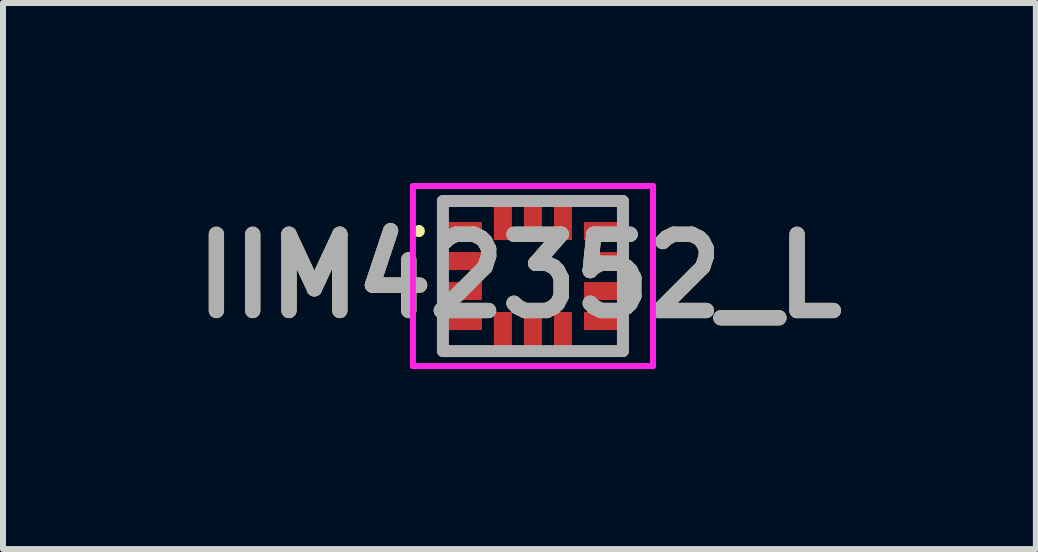
<source format=kicad_pcb>
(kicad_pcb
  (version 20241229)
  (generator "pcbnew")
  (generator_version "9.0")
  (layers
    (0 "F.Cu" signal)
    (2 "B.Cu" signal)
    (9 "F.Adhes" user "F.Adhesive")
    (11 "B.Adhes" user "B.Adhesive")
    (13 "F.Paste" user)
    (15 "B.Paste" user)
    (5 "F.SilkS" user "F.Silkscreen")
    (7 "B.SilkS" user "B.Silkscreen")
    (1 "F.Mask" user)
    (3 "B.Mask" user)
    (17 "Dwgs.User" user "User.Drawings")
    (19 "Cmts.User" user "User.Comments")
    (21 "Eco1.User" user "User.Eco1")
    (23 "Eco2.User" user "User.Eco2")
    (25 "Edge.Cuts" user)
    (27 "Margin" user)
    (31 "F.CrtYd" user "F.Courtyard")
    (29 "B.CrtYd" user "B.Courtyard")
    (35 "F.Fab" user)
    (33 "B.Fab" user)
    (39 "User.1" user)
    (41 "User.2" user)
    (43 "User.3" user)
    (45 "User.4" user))
  (footprint "IIM42352_L"
    (layer "F.Cu")
    (at 5.831 1.55)
    (property "Reference" "IIM42352_L" (at -0.225 0 0) (layer "F.SilkS") (effects (font (size 1.27 1.27) (thickness 0.254))))
    (attr smd)
    (fp_line (start -1.9 -0.8) (end -1.9 -0.8) (stroke (width 0.1) (type solid)) (layer "F.SilkS"))
    (fp_line (start -1.9 -0.7) (end -1.9 -0.7) (stroke (width 0.1) (type solid)) (layer "F.SilkS"))
    (fp_line (start -1.5 -1.25) (end -0.8 -1.25) (stroke (width 0.1) (type solid)) (layer "F.SilkS"))
    (fp_line (start -1.5 -1) (end -1.5 -1.25) (stroke (width 0.1) (type solid)) (layer "F.SilkS"))
    (fp_line (start -1.5 1.1) (end -1.5 1.25) (stroke (width 0.1) (type solid)) (layer "F.SilkS"))
    (fp_line (start -1.5 1.25) (end -0.8 1.25) (stroke (width 0.1) (type solid)) (layer "F.SilkS"))
    (fp_line (start 0.8 -1.25) (end 1.5 -1.25) (stroke (width 0.1) (type solid)) (layer "F.SilkS"))
    (fp_line (start 0.8 1.25) (end 1.5 1.25) (stroke (width 0.1) (type solid)) (layer "F.SilkS"))
    (fp_line (start 1.5 -1.25) (end 1.5 -1) (stroke (width 0.1) (type solid)) (layer "F.SilkS"))
    (fp_line (start 1.5 1.25) (end 1.5 1) (stroke (width 0.1) (type solid)) (layer "F.SilkS"))
    (fp_arc (start -1.9 -0.8) (mid -1.85 -0.75) (end -1.9 -0.7) (stroke (width 0.1) (type solid)) (layer "F.SilkS"))
    (fp_arc (start -1.9 -0.7) (mid -1.95 -0.75) (end -1.9 -0.8) (stroke (width 0.1) (type solid)) (layer "F.SilkS"))
    (fp_line (start -2 -1.5) (end 2 -1.5) (stroke (width 0.1) (type solid)) (layer "F.CrtYd"))
    (fp_line (start -2 1.5) (end -2 -1.5) (stroke (width 0.1) (type solid)) (layer "F.CrtYd"))
    (fp_line (start 2 -1.5) (end 2 1.5) (stroke (width 0.1) (type solid)) (layer "F.CrtYd"))
    (fp_line (start 2 1.5) (end -2 1.5) (stroke (width 0.1) (type solid)) (layer "F.CrtYd"))
    (fp_line (start -1.5 -1.25) (end 1.5 -1.25) (stroke (width 0.2) (type solid)) (layer "F.Fab"))
    (fp_line (start -1.5 1.25) (end -1.5 -1.25) (stroke (width 0.2) (type solid)) (layer "F.Fab"))
    (fp_line (start 1.5 -1.25) (end 1.5 1.25) (stroke (width 0.2) (type solid)) (layer "F.Fab"))
    (fp_line (start 1.5 1.25) (end -1.5 1.25) (stroke (width 0.2) (type solid)) (layer "F.Fab"))
    (fp_text user "${REFERENCE}" (at -0.225 0 0) (layer "F.Fab") (effects (font (size 1.27 1.27) (thickness 0.254))))
    (pad "1" smd rect (at -1.15 -0.75 90) (size 0.3 0.6) (layers "F.Cu" "F.Mask" "F.Paste"))
    (pad "2" smd rect (at -1.15 -0.25 90) (size 0.3 0.6) (layers "F.Cu" "F.Mask" "F.Paste"))
    (pad "3" smd rect (at -1.15 0.25 90) (size 0.3 0.6) (layers "F.Cu" "F.Mask" "F.Paste"))
    (pad "4" smd rect (at -1.15 0.75 90) (size 0.3 0.6) (layers "F.Cu" "F.Mask" "F.Paste"))
    (pad "5" smd rect (at -0.5 0.9) (size 0.3 0.6) (layers "F.Cu" "F.Mask" "F.Paste"))
    (pad "6" smd rect (at 0 0.9) (size 0.3 0.6) (layers "F.Cu" "F.Mask" "F.Paste"))
    (pad "7" smd rect (at 0.5 0.9) (size 0.3 0.6) (layers "F.Cu" "F.Mask" "F.Paste"))
    (pad "8" smd rect (at 1.15 0.75 90) (size 0.3 0.6) (layers "F.Cu" "F.Mask" "F.Paste"))
    (pad "9" smd rect (at 1.15 0.25 90) (size 0.3 0.6) (layers "F.Cu" "F.Mask" "F.Paste"))
    (pad "10" smd rect (at 1.15 -0.25 90) (size 0.3 0.6) (layers "F.Cu" "F.Mask" "F.Paste"))
    (pad "11" smd rect (at 1.15 -0.75 90) (size 0.3 0.6) (layers "F.Cu" "F.Mask" "F.Paste"))
    (pad "12" smd rect (at 0.5 -0.9) (size 0.3 0.6) (layers "F.Cu" "F.Mask" "F.Paste"))
    (pad "13" smd rect (at 0 -0.9) (size 0.3 0.6) (layers "F.Cu" "F.Mask" "F.Paste"))
    (pad "14" smd rect (at -0.5 -0.9) (size 0.3 0.6) (layers "F.Cu" "F.Mask" "F.Paste")))
  (gr_rect
    (start -3 -3)
    (end 14.212 6.1)
    (stroke (width 0.1) (type default))
    (fill no)
    (layer "Edge.Cuts")))
</source>
